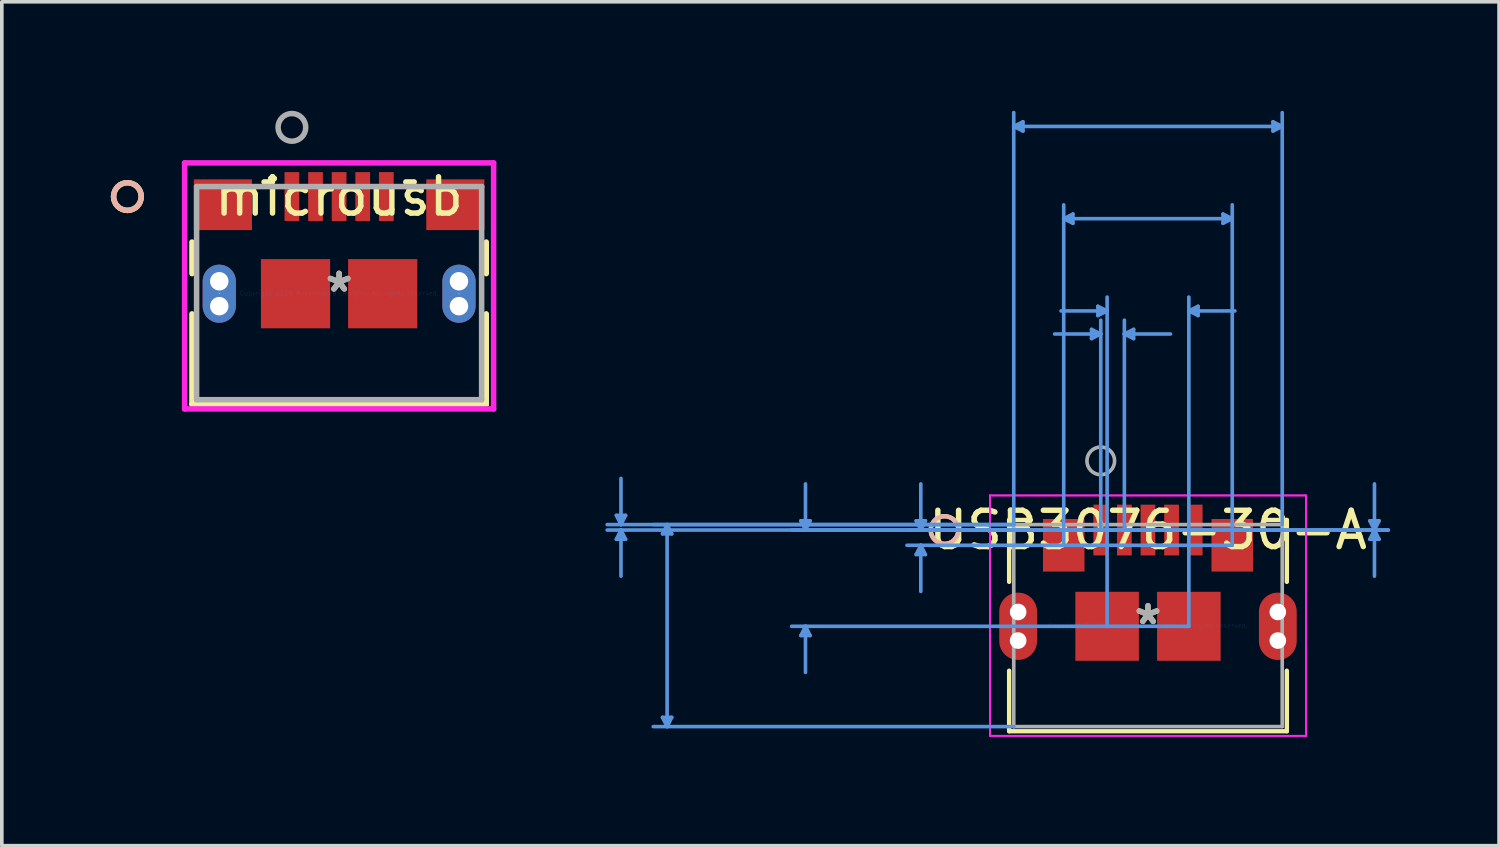
<source format=kicad_pcb>
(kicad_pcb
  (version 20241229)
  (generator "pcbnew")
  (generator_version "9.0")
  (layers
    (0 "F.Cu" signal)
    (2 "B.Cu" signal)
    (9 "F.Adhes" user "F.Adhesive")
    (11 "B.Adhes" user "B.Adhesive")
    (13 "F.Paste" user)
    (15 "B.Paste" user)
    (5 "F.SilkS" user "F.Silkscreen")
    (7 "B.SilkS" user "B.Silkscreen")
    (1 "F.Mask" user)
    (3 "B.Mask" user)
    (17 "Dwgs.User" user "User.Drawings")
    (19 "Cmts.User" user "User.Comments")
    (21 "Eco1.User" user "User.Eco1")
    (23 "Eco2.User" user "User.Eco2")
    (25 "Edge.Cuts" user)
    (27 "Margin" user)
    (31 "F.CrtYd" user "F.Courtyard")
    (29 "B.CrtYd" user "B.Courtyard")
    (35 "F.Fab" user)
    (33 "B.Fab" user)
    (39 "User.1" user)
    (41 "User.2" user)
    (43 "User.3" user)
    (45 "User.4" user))
  (footprint "USB3076-30-A"
    (layer "F.Cu")
    (at 28.558 14.175)
    (property "Reference" "USB3076-30-A" (at 0 -2.631 0) (layer "F.SilkS") (effects (font (size 1 1) (thickness 0.15))))
    (attr through_hole)
    (fp_line (start -3.823 -2.908) (end -3.823 -1.204) (stroke (width 0.12) (type solid)) (layer "F.SilkS"))
    (fp_line (start -3.823 1.242) (end -3.823 2.908) (stroke (width 0.12) (type solid)) (layer "F.SilkS"))
    (fp_line (start -3.823 2.908) (end 3.823 2.908) (stroke (width 0.12) (type solid)) (layer "F.SilkS"))
    (fp_line (start -3.224 -2.908) (end -3.823 -2.908) (stroke (width 0.12) (type solid)) (layer "F.SilkS"))
    (fp_line (start 3.823 -2.908) (end 3.224 -2.908) (stroke (width 0.12) (type solid)) (layer "F.SilkS"))
    (fp_line (start 3.823 -1.204) (end 3.823 -2.908) (stroke (width 0.12) (type solid)) (layer "F.SilkS"))
    (fp_line (start 3.823 2.908) (end 3.823 1.242) (stroke (width 0.12) (type solid)) (layer "F.SilkS"))
    (fp_circle (center -5.601 -2.631) (end -5.22 -2.631) (stroke (width 0.12) (type solid)) (fill no) (layer "F.SilkS"))
    (fp_circle (center -5.601 -2.631) (end -5.22 -2.631) (stroke (width 0.12) (type solid)) (fill no) (layer "B.SilkS"))
    (fp_line (start -14.637 -3.035) (end -14.383 -3.035) (stroke (width 0.1) (type solid)) (layer "Cmts.User"))
    (fp_line (start -14.637 -2.377) (end -14.383 -2.377) (stroke (width 0.1) (type solid)) (layer "Cmts.User"))
    (fp_line (start -14.51 -2.781) (end -14.637 -3.035) (stroke (width 0.1) (type solid)) (layer "Cmts.User"))
    (fp_line (start -14.51 -2.781) (end -14.51 -4.051) (stroke (width 0.1) (type solid)) (layer "Cmts.User"))
    (fp_line (start -14.51 -2.781) (end -14.383 -3.035) (stroke (width 0.1) (type solid)) (layer "Cmts.User"))
    (fp_line (start -14.51 -2.631) (end -14.637 -2.377) (stroke (width 0.1) (type solid)) (layer "Cmts.User"))
    (fp_line (start -14.51 -2.631) (end -14.51 -1.361) (stroke (width 0.1) (type solid)) (layer "Cmts.User"))
    (fp_line (start -14.51 -2.631) (end -14.383 -2.377) (stroke (width 0.1) (type solid)) (layer "Cmts.User"))
    (fp_line (start -13.367 -2.527) (end -13.113 -2.527) (stroke (width 0.1) (type solid)) (layer "Cmts.User"))
    (fp_line (start -13.367 2.527) (end -13.113 2.527) (stroke (width 0.1) (type solid)) (layer "Cmts.User"))
    (fp_line (start -13.24 -2.781) (end -13.367 -2.527) (stroke (width 0.1) (type solid)) (layer "Cmts.User"))
    (fp_line (start -13.24 -2.781) (end -13.24 2.781) (stroke (width 0.1) (type solid)) (layer "Cmts.User"))
    (fp_line (start -13.24 -2.781) (end -13.113 -2.527) (stroke (width 0.1) (type solid)) (layer "Cmts.User"))
    (fp_line (start -13.24 2.781) (end -13.367 2.527) (stroke (width 0.1) (type solid)) (layer "Cmts.User"))
    (fp_line (start -13.24 2.781) (end -13.113 2.527) (stroke (width 0.1) (type solid)) (layer "Cmts.User"))
    (fp_line (start -9.557 -2.885) (end -9.303 -2.885) (stroke (width 0.1) (type solid)) (layer "Cmts.User"))
    (fp_line (start -9.557 0.273) (end -9.303 0.273) (stroke (width 0.1) (type solid)) (layer "Cmts.User"))
    (fp_line (start -9.43 -2.631) (end -9.557 -2.885) (stroke (width 0.1) (type solid)) (layer "Cmts.User"))
    (fp_line (start -9.43 -2.631) (end -9.43 -3.901) (stroke (width 0.1) (type solid)) (layer "Cmts.User"))
    (fp_line (start -9.43 -2.631) (end -9.303 -2.885) (stroke (width 0.1) (type solid)) (layer "Cmts.User"))
    (fp_line (start -9.43 0.019) (end -9.557 0.273) (stroke (width 0.1) (type solid)) (layer "Cmts.User"))
    (fp_line (start -9.43 0.019) (end -9.43 1.289) (stroke (width 0.1) (type solid)) (layer "Cmts.User"))
    (fp_line (start -9.43 0.019) (end -9.303 0.273) (stroke (width 0.1) (type solid)) (layer "Cmts.User"))
    (fp_line (start -6.382 -2.885) (end -6.128 -2.885) (stroke (width 0.1) (type solid)) (layer "Cmts.User"))
    (fp_line (start -6.382 -1.957) (end -6.128 -1.957) (stroke (width 0.1) (type solid)) (layer "Cmts.User"))
    (fp_line (start -6.255 -2.631) (end -6.382 -2.885) (stroke (width 0.1) (type solid)) (layer "Cmts.User"))
    (fp_line (start -6.255 -2.631) (end -6.255 -3.901) (stroke (width 0.1) (type solid)) (layer "Cmts.User"))
    (fp_line (start -6.255 -2.631) (end -6.128 -2.885) (stroke (width 0.1) (type solid)) (layer "Cmts.User"))
    (fp_line (start -6.255 -2.211) (end -6.382 -1.957) (stroke (width 0.1) (type solid)) (layer "Cmts.User"))
    (fp_line (start -6.255 -2.211) (end -6.255 -0.941) (stroke (width 0.1) (type solid)) (layer "Cmts.User"))
    (fp_line (start -6.255 -2.211) (end -6.128 -1.957) (stroke (width 0.1) (type solid)) (layer "Cmts.User"))
    (fp_line (start -3.696 -13.744) (end -3.442 -13.871) (stroke (width 0.1) (type solid)) (layer "Cmts.User"))
    (fp_line (start -3.696 -13.744) (end -3.442 -13.617) (stroke (width 0.1) (type solid)) (layer "Cmts.User"))
    (fp_line (start -3.696 -13.744) (end 3.696 -13.744) (stroke (width 0.1) (type solid)) (layer "Cmts.User"))
    (fp_line (start -3.696 -2.781) (end -14.891 -2.781) (stroke (width 0.1) (type solid)) (layer "Cmts.User"))
    (fp_line (start -3.696 -2.781) (end -13.621 -2.781) (stroke (width 0.1) (type solid)) (layer "Cmts.User"))
    (fp_line (start -3.696 -2.781) (end -3.696 -14.125) (stroke (width 0.1) (type solid)) (layer "Cmts.User"))
    (fp_line (start -3.696 2.781) (end -13.621 2.781) (stroke (width 0.1) (type solid)) (layer "Cmts.User"))
    (fp_line (start -3.442 -13.871) (end -3.442 -13.617) (stroke (width 0.1) (type solid)) (layer "Cmts.User"))
    (fp_line (start -2.32 -11.204) (end -2.066 -11.331) (stroke (width 0.1) (type solid)) (layer "Cmts.User"))
    (fp_line (start -2.32 -11.204) (end -2.066 -11.077) (stroke (width 0.1) (type solid)) (layer "Cmts.User"))
    (fp_line (start -2.32 -11.204) (end 2.32 -11.204) (stroke (width 0.1) (type solid)) (layer "Cmts.User"))
    (fp_line (start -2.32 -2.211) (end -2.32 -11.585) (stroke (width 0.1) (type solid)) (layer "Cmts.User"))
    (fp_line (start -2.066 -11.331) (end -2.066 -11.077) (stroke (width 0.1) (type solid)) (layer "Cmts.User"))
    (fp_line (start -1.554 -8.156) (end -1.554 -7.902) (stroke (width 0.1) (type solid)) (layer "Cmts.User"))
    (fp_line (start -1.379 -8.791) (end -1.379 -8.537) (stroke (width 0.1) (type solid)) (layer "Cmts.User"))
    (fp_line (start -1.3 -8.029) (end -2.57 -8.029) (stroke (width 0.1) (type solid)) (layer "Cmts.User"))
    (fp_line (start -1.3 -8.029) (end -1.554 -8.156) (stroke (width 0.1) (type solid)) (layer "Cmts.User"))
    (fp_line (start -1.3 -8.029) (end -1.554 -7.902) (stroke (width 0.1) (type solid)) (layer "Cmts.User"))
    (fp_line (start -1.3 -2.631) (end -1.3 -8.41) (stroke (width 0.1) (type solid)) (layer "Cmts.User"))
    (fp_line (start -1.3 -2.631) (end 6.617 -2.631) (stroke (width 0.1) (type solid)) (layer "Cmts.User"))
    (fp_line (start -1.3 -2.631) (end 6.617 -2.631) (stroke (width 0.1) (type solid)) (layer "Cmts.User"))
    (fp_line (start -1.125 -8.664) (end -2.395 -8.664) (stroke (width 0.1) (type solid)) (layer "Cmts.User"))
    (fp_line (start -1.125 -8.664) (end -1.379 -8.791) (stroke (width 0.1) (type solid)) (layer "Cmts.User"))
    (fp_line (start -1.125 -8.664) (end -1.379 -8.537) (stroke (width 0.1) (type solid)) (layer "Cmts.User"))
    (fp_line (start -1.125 0.019) (end -1.125 -9.045) (stroke (width 0.1) (type solid)) (layer "Cmts.User"))
    (fp_line (start -0.65 -8.029) (end -0.396 -8.156) (stroke (width 0.1) (type solid)) (layer "Cmts.User"))
    (fp_line (start -0.65 -8.029) (end -0.396 -7.902) (stroke (width 0.1) (type solid)) (layer "Cmts.User"))
    (fp_line (start -0.65 -8.029) (end 0.62 -8.029) (stroke (width 0.1) (type solid)) (layer "Cmts.User"))
    (fp_line (start -0.65 -2.631) (end -0.65 -8.41) (stroke (width 0.1) (type solid)) (layer "Cmts.User"))
    (fp_line (start -0.396 -8.156) (end -0.396 -7.902) (stroke (width 0.1) (type solid)) (layer "Cmts.User"))
    (fp_line (start 0 -2.631) (end -14.891 -2.631) (stroke (width 0.1) (type solid)) (layer "Cmts.User"))
    (fp_line (start 0 -2.631) (end -9.811 -2.631) (stroke (width 0.1) (type solid)) (layer "Cmts.User"))
    (fp_line (start 0 -2.631) (end -6.636 -2.631) (stroke (width 0.1) (type solid)) (layer "Cmts.User"))
    (fp_line (start 1.125 -8.664) (end 1.379 -8.791) (stroke (width 0.1) (type solid)) (layer "Cmts.User"))
    (fp_line (start 1.125 -8.664) (end 1.379 -8.537) (stroke (width 0.1) (type solid)) (layer "Cmts.User"))
    (fp_line (start 1.125 -8.664) (end 2.395 -8.664) (stroke (width 0.1) (type solid)) (layer "Cmts.User"))
    (fp_line (start 1.125 0.019) (end -9.811 0.019) (stroke (width 0.1) (type solid)) (layer "Cmts.User"))
    (fp_line (start 1.125 0.019) (end 1.125 -9.045) (stroke (width 0.1) (type solid)) (layer "Cmts.User"))
    (fp_line (start 1.379 -8.791) (end 1.379 -8.537) (stroke (width 0.1) (type solid)) (layer "Cmts.User"))
    (fp_line (start 2.066 -11.331) (end 2.066 -11.077) (stroke (width 0.1) (type solid)) (layer "Cmts.User"))
    (fp_line (start 2.32 -11.204) (end 2.066 -11.331) (stroke (width 0.1) (type solid)) (layer "Cmts.User"))
    (fp_line (start 2.32 -11.204) (end 2.066 -11.077) (stroke (width 0.1) (type solid)) (layer "Cmts.User"))
    (fp_line (start 2.32 -2.211) (end -6.636 -2.211) (stroke (width 0.1) (type solid)) (layer "Cmts.User"))
    (fp_line (start 2.32 -2.211) (end 2.32 -11.585) (stroke (width 0.1) (type solid)) (layer "Cmts.User"))
    (fp_line (start 3.442 -13.871) (end 3.442 -13.617) (stroke (width 0.1) (type solid)) (layer "Cmts.User"))
    (fp_line (start 3.696 -13.744) (end 3.442 -13.871) (stroke (width 0.1) (type solid)) (layer "Cmts.User"))
    (fp_line (start 3.696 -13.744) (end 3.442 -13.617) (stroke (width 0.1) (type solid)) (layer "Cmts.User"))
    (fp_line (start 3.696 -2.781) (end 3.696 -14.125) (stroke (width 0.1) (type solid)) (layer "Cmts.User"))
    (fp_line (start 6.109 -2.885) (end 6.363 -2.885) (stroke (width 0.1) (type solid)) (layer "Cmts.User"))
    (fp_line (start 6.109 -2.377) (end 6.363 -2.377) (stroke (width 0.1) (type solid)) (layer "Cmts.User"))
    (fp_line (start 6.236 -2.631) (end 6.109 -2.885) (stroke (width 0.1) (type solid)) (layer "Cmts.User"))
    (fp_line (start 6.236 -2.631) (end 6.109 -2.377) (stroke (width 0.1) (type solid)) (layer "Cmts.User"))
    (fp_line (start 6.236 -2.631) (end 6.236 -3.901) (stroke (width 0.1) (type solid)) (layer "Cmts.User"))
    (fp_line (start 6.236 -2.631) (end 6.236 -1.361) (stroke (width 0.1) (type solid)) (layer "Cmts.User"))
    (fp_line (start 6.236 -2.631) (end 6.363 -2.885) (stroke (width 0.1) (type solid)) (layer "Cmts.User"))
    (fp_line (start 6.236 -2.631) (end 6.363 -2.377) (stroke (width 0.1) (type solid)) (layer "Cmts.User"))
    (fp_line (start -4.35 -3.584) (end -4.35 3.035) (stroke (width 0.05) (type solid)) (layer "F.CrtYd"))
    (fp_line (start -4.35 -3.584) (end -4.35 3.035) (stroke (width 0.05) (type solid)) (layer "F.CrtYd"))
    (fp_line (start -4.35 3.035) (end 4.35 3.035) (stroke (width 0.05) (type solid)) (layer "F.CrtYd"))
    (fp_line (start -4.35 3.035) (end 4.35 3.035) (stroke (width 0.05) (type solid)) (layer "F.CrtYd"))
    (fp_line (start 4.35 -3.584) (end -4.35 -3.584) (stroke (width 0.05) (type solid)) (layer "F.CrtYd"))
    (fp_line (start 4.35 -3.584) (end -4.35 -3.584) (stroke (width 0.05) (type solid)) (layer "F.CrtYd"))
    (fp_line (start 4.35 3.035) (end 4.35 -3.584) (stroke (width 0.05) (type solid)) (layer "F.CrtYd"))
    (fp_line (start 4.35 3.035) (end 4.35 -3.584) (stroke (width 0.05) (type solid)) (layer "F.CrtYd"))
    (fp_line (start -3.696 -2.781) (end -3.696 2.781) (stroke (width 0.1) (type solid)) (layer "F.Fab"))
    (fp_line (start -3.696 2.781) (end 3.696 2.781) (stroke (width 0.1) (type solid)) (layer "F.Fab"))
    (fp_line (start 3.696 -2.781) (end -3.696 -2.781) (stroke (width 0.1) (type solid)) (layer "F.Fab"))
    (fp_line (start 3.696 2.781) (end 3.696 -2.781) (stroke (width 0.1) (type solid)) (layer "F.Fab"))
    (fp_circle (center -1.3 -4.536) (end -0.919 -4.536) (stroke (width 0.1) (type solid)) (fill no) (layer "F.Fab"))
    (fp_text user "*" (at 0 0 0) (layer "F.SilkS") (effects (font (size 1 1) (thickness 0.15))))
    (fp_text user "Copyright 2021 Accelerated Designs. All rights reserved." (at 0 0 0) (layer "Cmts.User") (effects (font (size 0.127 0.127) (thickness 0.002))))
    (fp_text user "*" (at 0 0 0) (layer "F.Fab") (effects (font (size 1 1) (thickness 0.15))))
    (pad "" np_thru_hole circle (at -3.575 -0.375) (size 0.457 0.457) (drill 0.457) (layers "*.Cu" "*.Mask"))
    (pad "" np_thru_hole circle (at -3.575 0.412) (size 0.457 0.457) (drill 0.457) (layers "*.Cu" "*.Mask"))
    (pad "" np_thru_hole circle (at 3.575 -0.375) (size 0.457 0.457) (drill 0.457) (layers "*.Cu" "*.Mask"))
    (pad "" np_thru_hole circle (at 3.575 0.412) (size 0.457 0.457) (drill 0.457) (layers "*.Cu" "*.Mask"))
    (pad "1" smd rect (at -1.3 -2.631) (size 0.406 1.397) (layers "F.Cu" "F.Mask" "F.Paste"))
    (pad "2" smd rect (at -0.65 -2.631) (size 0.406 1.397) (layers "F.Cu" "F.Mask" "F.Paste"))
    (pad "3" smd rect (at 0 -2.631) (size 0.406 1.397) (layers "F.Cu" "F.Mask" "F.Paste"))
    (pad "4" smd rect (at 0.65 -2.631) (size 0.406 1.397) (layers "F.Cu" "F.Mask" "F.Paste"))
    (pad "5" smd rect (at 1.3 -2.631) (size 0.406 1.397) (layers "F.Cu" "F.Mask" "F.Paste"))
    (pad "6" smd rect (at -2.32 -2.211) (size 1.143 1.448) (layers "F.Cu" "F.Mask" "F.Paste"))
    (pad "7" smd rect (at 2.32 -2.211) (size 1.143 1.448) (layers "F.Cu" "F.Mask" "F.Paste"))
    (pad "8" smd rect (at -1.125 0.019) (size 1.75 1.9) (layers "F.Cu" "F.Mask" "F.Paste"))
    (pad "9" smd rect (at 1.125 0.019) (size 1.75 1.9) (layers "F.Cu" "F.Mask" "F.Paste"))
    (pad "10" smd oval (at -3.575 0.019) (size 1.041 1.854) (layers "F.Cu" "F.Mask" "F.Paste"))
    (pad "11" smd oval (at 3.575 0.019) (size 1.041 1.854) (layers "F.Cu" "F.Mask" "F.Paste")))
  (footprint "microusb"
    (layer "F.Cu")
    (at 6.287 5.021)
    (property "Reference" "microusb" (at 0 -2.659 0) (layer "F.SilkS") (effects (font (size 1 1) (thickness 0.15))))
    (attr through_hole)
    (fp_line (start -4.051 -1.406) (end -4.051 -0.538) (stroke (width 0.152) (type solid)) (layer "F.SilkS"))
    (fp_line (start -4.051 0.571) (end -4.051 3.061) (stroke (width 0.152) (type solid)) (layer "F.SilkS"))
    (fp_line (start -4.051 3.061) (end 4.051 3.061) (stroke (width 0.152) (type solid)) (layer "F.SilkS"))
    (fp_line (start -1.836 -3.061) (end -2.067 -3.061) (stroke (width 0.152) (type solid)) (layer "F.SilkS"))
    (fp_line (start 2.067 -3.061) (end 1.836 -3.061) (stroke (width 0.152) (type solid)) (layer "F.SilkS"))
    (fp_line (start 4.051 -0.538) (end 4.051 -1.406) (stroke (width 0.152) (type solid)) (layer "F.SilkS"))
    (fp_line (start 4.051 3.061) (end 4.051 0.571) (stroke (width 0.152) (type solid)) (layer "F.SilkS"))
    (fp_circle (center -5.829 -2.659) (end -5.448 -2.659) (stroke (width 0.152) (type solid)) (fill no) (layer "F.SilkS"))
    (fp_circle (center -5.829 -2.659) (end -5.448 -2.659) (stroke (width 0.152) (type solid)) (fill no) (layer "B.SilkS"))
    (fp_line (start -4.254 -3.586) (end -4.254 3.188) (stroke (width 0.152) (type solid)) (layer "F.CrtYd"))
    (fp_line (start -4.254 3.188) (end 4.254 3.188) (stroke (width 0.152) (type solid)) (layer "F.CrtYd"))
    (fp_line (start 4.254 -3.586) (end -4.254 -3.586) (stroke (width 0.152) (type solid)) (layer "F.CrtYd"))
    (fp_line (start 4.254 3.188) (end 4.254 -3.586) (stroke (width 0.152) (type solid)) (layer "F.CrtYd"))
    (fp_line (start -3.924 -2.934) (end -3.924 2.934) (stroke (width 0.152) (type solid)) (layer "F.Fab"))
    (fp_line (start -3.924 2.934) (end 3.924 2.934) (stroke (width 0.152) (type solid)) (layer "F.Fab"))
    (fp_line (start 3.924 -2.934) (end -3.924 -2.934) (stroke (width 0.152) (type solid)) (layer "F.Fab"))
    (fp_line (start 3.924 2.934) (end 3.924 -2.934) (stroke (width 0.152) (type solid)) (layer "F.Fab"))
    (fp_circle (center -1.3 -4.564) (end -0.919 -4.564) (stroke (width 0.152) (type solid)) (fill no) (layer "F.Fab"))
    (fp_text user "*" (at 0 0 0) (layer "F.SilkS") (effects (font (size 1 1) (thickness 0.15))))
    (fp_text user "Copyright 2016 Accelerated Designs. All rights reserved." (at 0 0 0) (layer "Cmts.User") (effects (font (size 0.127 0.127) (thickness 0.002))))
    (fp_text user "*" (at 0 0 0) (layer "F.Fab") (effects (font (size 1 1) (thickness 0.15))))
    (pad "" np_thru_hole circle (at -3.3 -0.327) (size 0.508 0.508) (drill 0.508) (layers "*.Cu" "*.Mask"))
    (pad "" np_thru_hole circle (at -3.3 0.359) (size 0.508 0.508) (drill 0.508) (layers "*.Cu" "*.Mask"))
    (pad "" np_thru_hole circle (at 3.3 -0.327) (size 0.508 0.508) (drill 0.508) (layers "*.Cu" "*.Mask"))
    (pad "" np_thru_hole circle (at 3.3 0.359) (size 0.508 0.508) (drill 0.508) (layers "*.Cu" "*.Mask"))
    (pad "1" smd rect (at -1.3 -2.659) (size 0.406 1.346) (layers "F.Cu" "F.Mask" "F.Paste"))
    (pad "2" smd rect (at -0.65 -2.659) (size 0.406 1.346) (layers "F.Cu" "F.Mask" "F.Paste"))
    (pad "3" smd rect (at 0 -2.659) (size 0.406 1.346) (layers "F.Cu" "F.Mask" "F.Paste"))
    (pad "4" smd rect (at 0.65 -2.659) (size 0.406 1.346) (layers "F.Cu" "F.Mask" "F.Paste"))
    (pad "5" smd rect (at 1.3 -2.659) (size 0.406 1.346) (layers "F.Cu" "F.Mask" "F.Paste"))
    (pad "6" smd rect (at -3.2 -2.434) (size 1.6 1.397) (layers "F.Cu" "F.Mask" "F.Paste"))
    (pad "7" smd rect (at 3.2 -2.434) (size 1.6 1.397) (layers "F.Cu" "F.Mask" "F.Paste"))
    (pad "8" smd rect (at -1.2 0.016) (size 1.905 1.905) (layers "F.Cu" "F.Mask" "F.Paste"))
    (pad "9" smd rect (at 1.2 0.016) (size 1.905 1.905) (layers "F.Cu" "F.Mask" "F.Paste"))
    (pad "S_1" thru_hole oval (at -3.3 0.016 90) (size 1.6 0.914) (drill 0.025) (layers "*.Cu" "*.Mask"))
    (pad "S_2" thru_hole oval (at 3.3 0.016 90) (size 1.6 0.914) (drill 0.025) (layers "*.Cu" "*.Mask")))
  (gr_rect
    (start -3 -3)
    (end 38.224 20.235)
    (stroke (width 0.1) (type default))
    (fill no)
    (layer "Edge.Cuts")))
</source>
